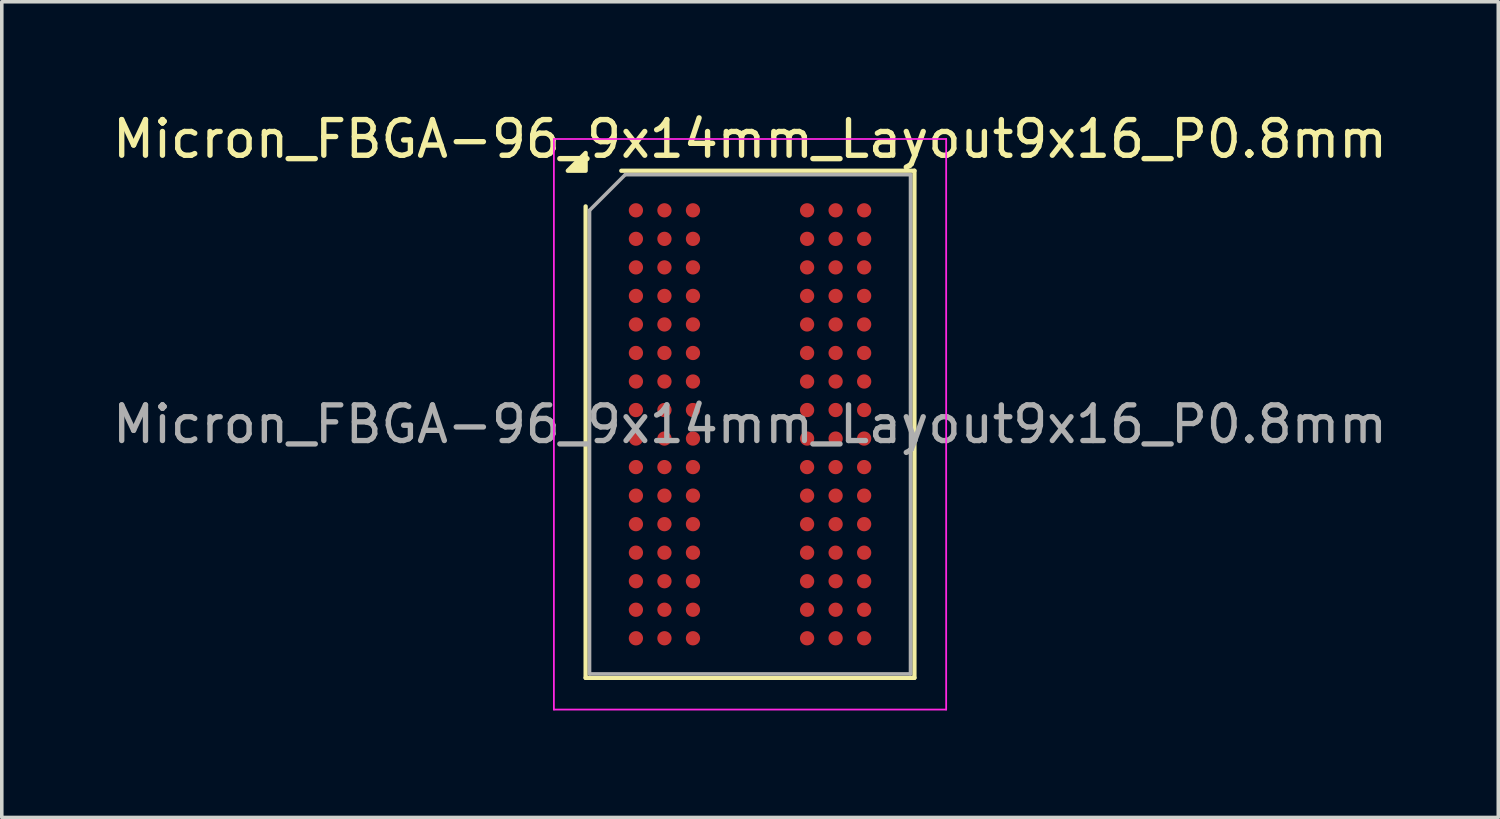
<source format=kicad_pcb>
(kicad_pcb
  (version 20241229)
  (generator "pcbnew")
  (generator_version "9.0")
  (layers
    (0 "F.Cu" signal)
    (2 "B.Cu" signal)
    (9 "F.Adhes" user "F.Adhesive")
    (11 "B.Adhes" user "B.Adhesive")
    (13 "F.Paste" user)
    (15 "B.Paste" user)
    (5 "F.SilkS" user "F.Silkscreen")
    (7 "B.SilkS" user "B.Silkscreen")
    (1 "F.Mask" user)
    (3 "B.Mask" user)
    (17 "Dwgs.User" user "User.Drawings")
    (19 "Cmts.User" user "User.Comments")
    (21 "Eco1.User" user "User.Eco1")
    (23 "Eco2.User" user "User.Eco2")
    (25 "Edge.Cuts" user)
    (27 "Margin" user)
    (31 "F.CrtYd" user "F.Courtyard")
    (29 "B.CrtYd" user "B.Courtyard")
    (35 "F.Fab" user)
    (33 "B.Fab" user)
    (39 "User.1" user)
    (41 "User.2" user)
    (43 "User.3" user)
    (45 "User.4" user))
  (footprint "Micron_FBGA-96_9x14mm_Layout9x16_P0.8mm"
    (layer "F.Cu")
    (at 17.982 8.848)
    (property "Reference" "Micron_FBGA-96_9x14mm_Layout9x16_P0.8mm" (at 0 -8 0) (layer "F.SilkS") (effects (font (size 1 1) (thickness 0.15))))
    (attr smd)
    (fp_line (start -4.61 7.11) (end -4.61 -6.11) (stroke (width 0.12) (type solid)) (layer "F.SilkS"))
    (fp_line (start -3.61 -7.11) (end 4.61 -7.11) (stroke (width 0.12) (type solid)) (layer "F.SilkS"))
    (fp_line (start 4.61 -7.11) (end 4.61 7.11) (stroke (width 0.12) (type solid)) (layer "F.SilkS"))
    (fp_line (start 4.61 7.11) (end -4.61 7.11) (stroke (width 0.12) (type solid)) (layer "F.SilkS"))
    (fp_poly (pts (xy -4.61 -7.11) (xy -5.11 -7.11) (xy -4.61 -7.61) (xy -4.61 -7.11)) (stroke (width 0.12) (type solid)) (fill yes) (layer "F.SilkS"))
    (fp_line (start -5.5 -8) (end -5.5 8) (stroke (width 0.05) (type solid)) (layer "F.CrtYd"))
    (fp_line (start -5.5 8) (end 5.5 8) (stroke (width 0.05) (type solid)) (layer "F.CrtYd"))
    (fp_line (start 5.5 -8) (end -5.5 -8) (stroke (width 0.05) (type solid)) (layer "F.CrtYd"))
    (fp_line (start 5.5 8) (end 5.5 -8) (stroke (width 0.05) (type solid)) (layer "F.CrtYd"))
    (fp_line (start -4.5 -6) (end -3.5 -7) (stroke (width 0.1) (type solid)) (layer "F.Fab"))
    (fp_line (start -4.5 7) (end -4.5 -6) (stroke (width 0.1) (type solid)) (layer "F.Fab"))
    (fp_line (start -3.5 -7) (end 4.5 -7) (stroke (width 0.1) (type solid)) (layer "F.Fab"))
    (fp_line (start 4.5 -7) (end 4.5 7) (stroke (width 0.1) (type solid)) (layer "F.Fab"))
    (fp_line (start 4.5 7) (end -4.5 7) (stroke (width 0.1) (type solid)) (layer "F.Fab"))
    (fp_text user "${REFERENCE}" (at 0 0 0) (layer "F.Fab") (effects (font (size 1 1) (thickness 0.15))))
    (pad "A1" smd circle (at -3.2 -6) (size 0.4 0.4) (property pad_prop_bga) (layers "F.Cu" "F.Mask" "F.Paste"))
    (pad "A2" smd circle (at -2.4 -6) (size 0.4 0.4) (property pad_prop_bga) (layers "F.Cu" "F.Mask" "F.Paste"))
    (pad "A3" smd circle (at -1.6 -6) (size 0.4 0.4) (property pad_prop_bga) (layers "F.Cu" "F.Mask" "F.Paste"))
    (pad "A7" smd circle (at 1.6 -6) (size 0.4 0.4) (property pad_prop_bga) (layers "F.Cu" "F.Mask" "F.Paste"))
    (pad "A8" smd circle (at 2.4 -6) (size 0.4 0.4) (property pad_prop_bga) (layers "F.Cu" "F.Mask" "F.Paste"))
    (pad "A9" smd circle (at 3.2 -6) (size 0.4 0.4) (property pad_prop_bga) (layers "F.Cu" "F.Mask" "F.Paste"))
    (pad "B1" smd circle (at -3.2 -5.2) (size 0.4 0.4) (property pad_prop_bga) (layers "F.Cu" "F.Mask" "F.Paste"))
    (pad "B2" smd circle (at -2.4 -5.2) (size 0.4 0.4) (property pad_prop_bga) (layers "F.Cu" "F.Mask" "F.Paste"))
    (pad "B3" smd circle (at -1.6 -5.2) (size 0.4 0.4) (property pad_prop_bga) (layers "F.Cu" "F.Mask" "F.Paste"))
    (pad "B7" smd circle (at 1.6 -5.2) (size 0.4 0.4) (property pad_prop_bga) (layers "F.Cu" "F.Mask" "F.Paste"))
    (pad "B8" smd circle (at 2.4 -5.2) (size 0.4 0.4) (property pad_prop_bga) (layers "F.Cu" "F.Mask" "F.Paste"))
    (pad "B9" smd circle (at 3.2 -5.2) (size 0.4 0.4) (property pad_prop_bga) (layers "F.Cu" "F.Mask" "F.Paste"))
    (pad "C1" smd circle (at -3.2 -4.4) (size 0.4 0.4) (property pad_prop_bga) (layers "F.Cu" "F.Mask" "F.Paste"))
    (pad "C2" smd circle (at -2.4 -4.4) (size 0.4 0.4) (property pad_prop_bga) (layers "F.Cu" "F.Mask" "F.Paste"))
    (pad "C3" smd circle (at -1.6 -4.4) (size 0.4 0.4) (property pad_prop_bga) (layers "F.Cu" "F.Mask" "F.Paste"))
    (pad "C7" smd circle (at 1.6 -4.4) (size 0.4 0.4) (property pad_prop_bga) (layers "F.Cu" "F.Mask" "F.Paste"))
    (pad "C8" smd circle (at 2.4 -4.4) (size 0.4 0.4) (property pad_prop_bga) (layers "F.Cu" "F.Mask" "F.Paste"))
    (pad "C9" smd circle (at 3.2 -4.4) (size 0.4 0.4) (property pad_prop_bga) (layers "F.Cu" "F.Mask" "F.Paste"))
    (pad "D1" smd circle (at -3.2 -3.6) (size 0.4 0.4) (property pad_prop_bga) (layers "F.Cu" "F.Mask" "F.Paste"))
    (pad "D2" smd circle (at -2.4 -3.6) (size 0.4 0.4) (property pad_prop_bga) (layers "F.Cu" "F.Mask" "F.Paste"))
    (pad "D3" smd circle (at -1.6 -3.6) (size 0.4 0.4) (property pad_prop_bga) (layers "F.Cu" "F.Mask" "F.Paste"))
    (pad "D7" smd circle (at 1.6 -3.6) (size 0.4 0.4) (property pad_prop_bga) (layers "F.Cu" "F.Mask" "F.Paste"))
    (pad "D8" smd circle (at 2.4 -3.6) (size 0.4 0.4) (property pad_prop_bga) (layers "F.Cu" "F.Mask" "F.Paste"))
    (pad "D9" smd circle (at 3.2 -3.6) (size 0.4 0.4) (property pad_prop_bga) (layers "F.Cu" "F.Mask" "F.Paste"))
    (pad "E1" smd circle (at -3.2 -2.8) (size 0.4 0.4) (property pad_prop_bga) (layers "F.Cu" "F.Mask" "F.Paste"))
    (pad "E2" smd circle (at -2.4 -2.8) (size 0.4 0.4) (property pad_prop_bga) (layers "F.Cu" "F.Mask" "F.Paste"))
    (pad "E3" smd circle (at -1.6 -2.8) (size 0.4 0.4) (property pad_prop_bga) (layers "F.Cu" "F.Mask" "F.Paste"))
    (pad "E7" smd circle (at 1.6 -2.8) (size 0.4 0.4) (property pad_prop_bga) (layers "F.Cu" "F.Mask" "F.Paste"))
    (pad "E8" smd circle (at 2.4 -2.8) (size 0.4 0.4) (property pad_prop_bga) (layers "F.Cu" "F.Mask" "F.Paste"))
    (pad "E9" smd circle (at 3.2 -2.8) (size 0.4 0.4) (property pad_prop_bga) (layers "F.Cu" "F.Mask" "F.Paste"))
    (pad "F1" smd circle (at -3.2 -2) (size 0.4 0.4) (property pad_prop_bga) (layers "F.Cu" "F.Mask" "F.Paste"))
    (pad "F2" smd circle (at -2.4 -2) (size 0.4 0.4) (property pad_prop_bga) (layers "F.Cu" "F.Mask" "F.Paste"))
    (pad "F3" smd circle (at -1.6 -2) (size 0.4 0.4) (property pad_prop_bga) (layers "F.Cu" "F.Mask" "F.Paste"))
    (pad "F7" smd circle (at 1.6 -2) (size 0.4 0.4) (property pad_prop_bga) (layers "F.Cu" "F.Mask" "F.Paste"))
    (pad "F8" smd circle (at 2.4 -2) (size 0.4 0.4) (property pad_prop_bga) (layers "F.Cu" "F.Mask" "F.Paste"))
    (pad "F9" smd circle (at 3.2 -2) (size 0.4 0.4) (property pad_prop_bga) (layers "F.Cu" "F.Mask" "F.Paste"))
    (pad "G1" smd circle (at -3.2 -1.2) (size 0.4 0.4) (property pad_prop_bga) (layers "F.Cu" "F.Mask" "F.Paste"))
    (pad "G2" smd circle (at -2.4 -1.2) (size 0.4 0.4) (property pad_prop_bga) (layers "F.Cu" "F.Mask" "F.Paste"))
    (pad "G3" smd circle (at -1.6 -1.2) (size 0.4 0.4) (property pad_prop_bga) (layers "F.Cu" "F.Mask" "F.Paste"))
    (pad "G7" smd circle (at 1.6 -1.2) (size 0.4 0.4) (property pad_prop_bga) (layers "F.Cu" "F.Mask" "F.Paste"))
    (pad "G8" smd circle (at 2.4 -1.2) (size 0.4 0.4) (property pad_prop_bga) (layers "F.Cu" "F.Mask" "F.Paste"))
    (pad "G9" smd circle (at 3.2 -1.2) (size 0.4 0.4) (property pad_prop_bga) (layers "F.Cu" "F.Mask" "F.Paste"))
    (pad "H1" smd circle (at -3.2 -0.4) (size 0.4 0.4) (property pad_prop_bga) (layers "F.Cu" "F.Mask" "F.Paste"))
    (pad "H2" smd circle (at -2.4 -0.4) (size 0.4 0.4) (property pad_prop_bga) (layers "F.Cu" "F.Mask" "F.Paste"))
    (pad "H3" smd circle (at -1.6 -0.4) (size 0.4 0.4) (property pad_prop_bga) (layers "F.Cu" "F.Mask" "F.Paste"))
    (pad "H7" smd circle (at 1.6 -0.4) (size 0.4 0.4) (property pad_prop_bga) (layers "F.Cu" "F.Mask" "F.Paste"))
    (pad "H8" smd circle (at 2.4 -0.4) (size 0.4 0.4) (property pad_prop_bga) (layers "F.Cu" "F.Mask" "F.Paste"))
    (pad "H9" smd circle (at 3.2 -0.4) (size 0.4 0.4) (property pad_prop_bga) (layers "F.Cu" "F.Mask" "F.Paste"))
    (pad "J1" smd circle (at -3.2 0.4) (size 0.4 0.4) (property pad_prop_bga) (layers "F.Cu" "F.Mask" "F.Paste"))
    (pad "J2" smd circle (at -2.4 0.4) (size 0.4 0.4) (property pad_prop_bga) (layers "F.Cu" "F.Mask" "F.Paste"))
    (pad "J3" smd circle (at -1.6 0.4) (size 0.4 0.4) (property pad_prop_bga) (layers "F.Cu" "F.Mask" "F.Paste"))
    (pad "J7" smd circle (at 1.6 0.4) (size 0.4 0.4) (property pad_prop_bga) (layers "F.Cu" "F.Mask" "F.Paste"))
    (pad "J8" smd circle (at 2.4 0.4) (size 0.4 0.4) (property pad_prop_bga) (layers "F.Cu" "F.Mask" "F.Paste"))
    (pad "J9" smd circle (at 3.2 0.4) (size 0.4 0.4) (property pad_prop_bga) (layers "F.Cu" "F.Mask" "F.Paste"))
    (pad "K1" smd circle (at -3.2 1.2) (size 0.4 0.4) (property pad_prop_bga) (layers "F.Cu" "F.Mask" "F.Paste"))
    (pad "K2" smd circle (at -2.4 1.2) (size 0.4 0.4) (property pad_prop_bga) (layers "F.Cu" "F.Mask" "F.Paste"))
    (pad "K3" smd circle (at -1.6 1.2) (size 0.4 0.4) (property pad_prop_bga) (layers "F.Cu" "F.Mask" "F.Paste"))
    (pad "K7" smd circle (at 1.6 1.2) (size 0.4 0.4) (property pad_prop_bga) (layers "F.Cu" "F.Mask" "F.Paste"))
    (pad "K8" smd circle (at 2.4 1.2) (size 0.4 0.4) (property pad_prop_bga) (layers "F.Cu" "F.Mask" "F.Paste"))
    (pad "K9" smd circle (at 3.2 1.2) (size 0.4 0.4) (property pad_prop_bga) (layers "F.Cu" "F.Mask" "F.Paste"))
    (pad "L1" smd circle (at -3.2 2) (size 0.4 0.4) (property pad_prop_bga) (layers "F.Cu" "F.Mask" "F.Paste"))
    (pad "L2" smd circle (at -2.4 2) (size 0.4 0.4) (property pad_prop_bga) (layers "F.Cu" "F.Mask" "F.Paste"))
    (pad "L3" smd circle (at -1.6 2) (size 0.4 0.4) (property pad_prop_bga) (layers "F.Cu" "F.Mask" "F.Paste"))
    (pad "L7" smd circle (at 1.6 2) (size 0.4 0.4) (property pad_prop_bga) (layers "F.Cu" "F.Mask" "F.Paste"))
    (pad "L8" smd circle (at 2.4 2) (size 0.4 0.4) (property pad_prop_bga) (layers "F.Cu" "F.Mask" "F.Paste"))
    (pad "L9" smd circle (at 3.2 2) (size 0.4 0.4) (property pad_prop_bga) (layers "F.Cu" "F.Mask" "F.Paste"))
    (pad "M1" smd circle (at -3.2 2.8) (size 0.4 0.4) (property pad_prop_bga) (layers "F.Cu" "F.Mask" "F.Paste"))
    (pad "M2" smd circle (at -2.4 2.8) (size 0.4 0.4) (property pad_prop_bga) (layers "F.Cu" "F.Mask" "F.Paste"))
    (pad "M3" smd circle (at -1.6 2.8) (size 0.4 0.4) (property pad_prop_bga) (layers "F.Cu" "F.Mask" "F.Paste"))
    (pad "M7" smd circle (at 1.6 2.8) (size 0.4 0.4) (property pad_prop_bga) (layers "F.Cu" "F.Mask" "F.Paste"))
    (pad "M8" smd circle (at 2.4 2.8) (size 0.4 0.4) (property pad_prop_bga) (layers "F.Cu" "F.Mask" "F.Paste"))
    (pad "M9" smd circle (at 3.2 2.8) (size 0.4 0.4) (property pad_prop_bga) (layers "F.Cu" "F.Mask" "F.Paste"))
    (pad "N1" smd circle (at -3.2 3.6) (size 0.4 0.4) (property pad_prop_bga) (layers "F.Cu" "F.Mask" "F.Paste"))
    (pad "N2" smd circle (at -2.4 3.6) (size 0.4 0.4) (property pad_prop_bga) (layers "F.Cu" "F.Mask" "F.Paste"))
    (pad "N3" smd circle (at -1.6 3.6) (size 0.4 0.4) (property pad_prop_bga) (layers "F.Cu" "F.Mask" "F.Paste"))
    (pad "N7" smd circle (at 1.6 3.6) (size 0.4 0.4) (property pad_prop_bga) (layers "F.Cu" "F.Mask" "F.Paste"))
    (pad "N8" smd circle (at 2.4 3.6) (size 0.4 0.4) (property pad_prop_bga) (layers "F.Cu" "F.Mask" "F.Paste"))
    (pad "N9" smd circle (at 3.2 3.6) (size 0.4 0.4) (property pad_prop_bga) (layers "F.Cu" "F.Mask" "F.Paste"))
    (pad "P1" smd circle (at -3.2 4.4) (size 0.4 0.4) (property pad_prop_bga) (layers "F.Cu" "F.Mask" "F.Paste"))
    (pad "P2" smd circle (at -2.4 4.4) (size 0.4 0.4) (property pad_prop_bga) (layers "F.Cu" "F.Mask" "F.Paste"))
    (pad "P3" smd circle (at -1.6 4.4) (size 0.4 0.4) (property pad_prop_bga) (layers "F.Cu" "F.Mask" "F.Paste"))
    (pad "P7" smd circle (at 1.6 4.4) (size 0.4 0.4) (property pad_prop_bga) (layers "F.Cu" "F.Mask" "F.Paste"))
    (pad "P8" smd circle (at 2.4 4.4) (size 0.4 0.4) (property pad_prop_bga) (layers "F.Cu" "F.Mask" "F.Paste"))
    (pad "P9" smd circle (at 3.2 4.4) (size 0.4 0.4) (property pad_prop_bga) (layers "F.Cu" "F.Mask" "F.Paste"))
    (pad "R1" smd circle (at -3.2 5.2) (size 0.4 0.4) (property pad_prop_bga) (layers "F.Cu" "F.Mask" "F.Paste"))
    (pad "R2" smd circle (at -2.4 5.2) (size 0.4 0.4) (property pad_prop_bga) (layers "F.Cu" "F.Mask" "F.Paste"))
    (pad "R3" smd circle (at -1.6 5.2) (size 0.4 0.4) (property pad_prop_bga) (layers "F.Cu" "F.Mask" "F.Paste"))
    (pad "R7" smd circle (at 1.6 5.2) (size 0.4 0.4) (property pad_prop_bga) (layers "F.Cu" "F.Mask" "F.Paste"))
    (pad "R8" smd circle (at 2.4 5.2) (size 0.4 0.4) (property pad_prop_bga) (layers "F.Cu" "F.Mask" "F.Paste"))
    (pad "R9" smd circle (at 3.2 5.2) (size 0.4 0.4) (property pad_prop_bga) (layers "F.Cu" "F.Mask" "F.Paste"))
    (pad "T1" smd circle (at -3.2 6) (size 0.4 0.4) (property pad_prop_bga) (layers "F.Cu" "F.Mask" "F.Paste"))
    (pad "T2" smd circle (at -2.4 6) (size 0.4 0.4) (property pad_prop_bga) (layers "F.Cu" "F.Mask" "F.Paste"))
    (pad "T3" smd circle (at -1.6 6) (size 0.4 0.4) (property pad_prop_bga) (layers "F.Cu" "F.Mask" "F.Paste"))
    (pad "T7" smd circle (at 1.6 6) (size 0.4 0.4) (property pad_prop_bga) (layers "F.Cu" "F.Mask" "F.Paste"))
    (pad "T8" smd circle (at 2.4 6) (size 0.4 0.4) (property pad_prop_bga) (layers "F.Cu" "F.Mask" "F.Paste"))
    (pad "T9" smd circle (at 3.2 6) (size 0.4 0.4) (property pad_prop_bga) (layers "F.Cu" "F.Mask" "F.Paste")))
  (gr_rect
    (start -3 -3)
    (end 38.964 19.873)
    (stroke (width 0.1) (type default))
    (fill no)
    (layer "Edge.Cuts")))
</source>
